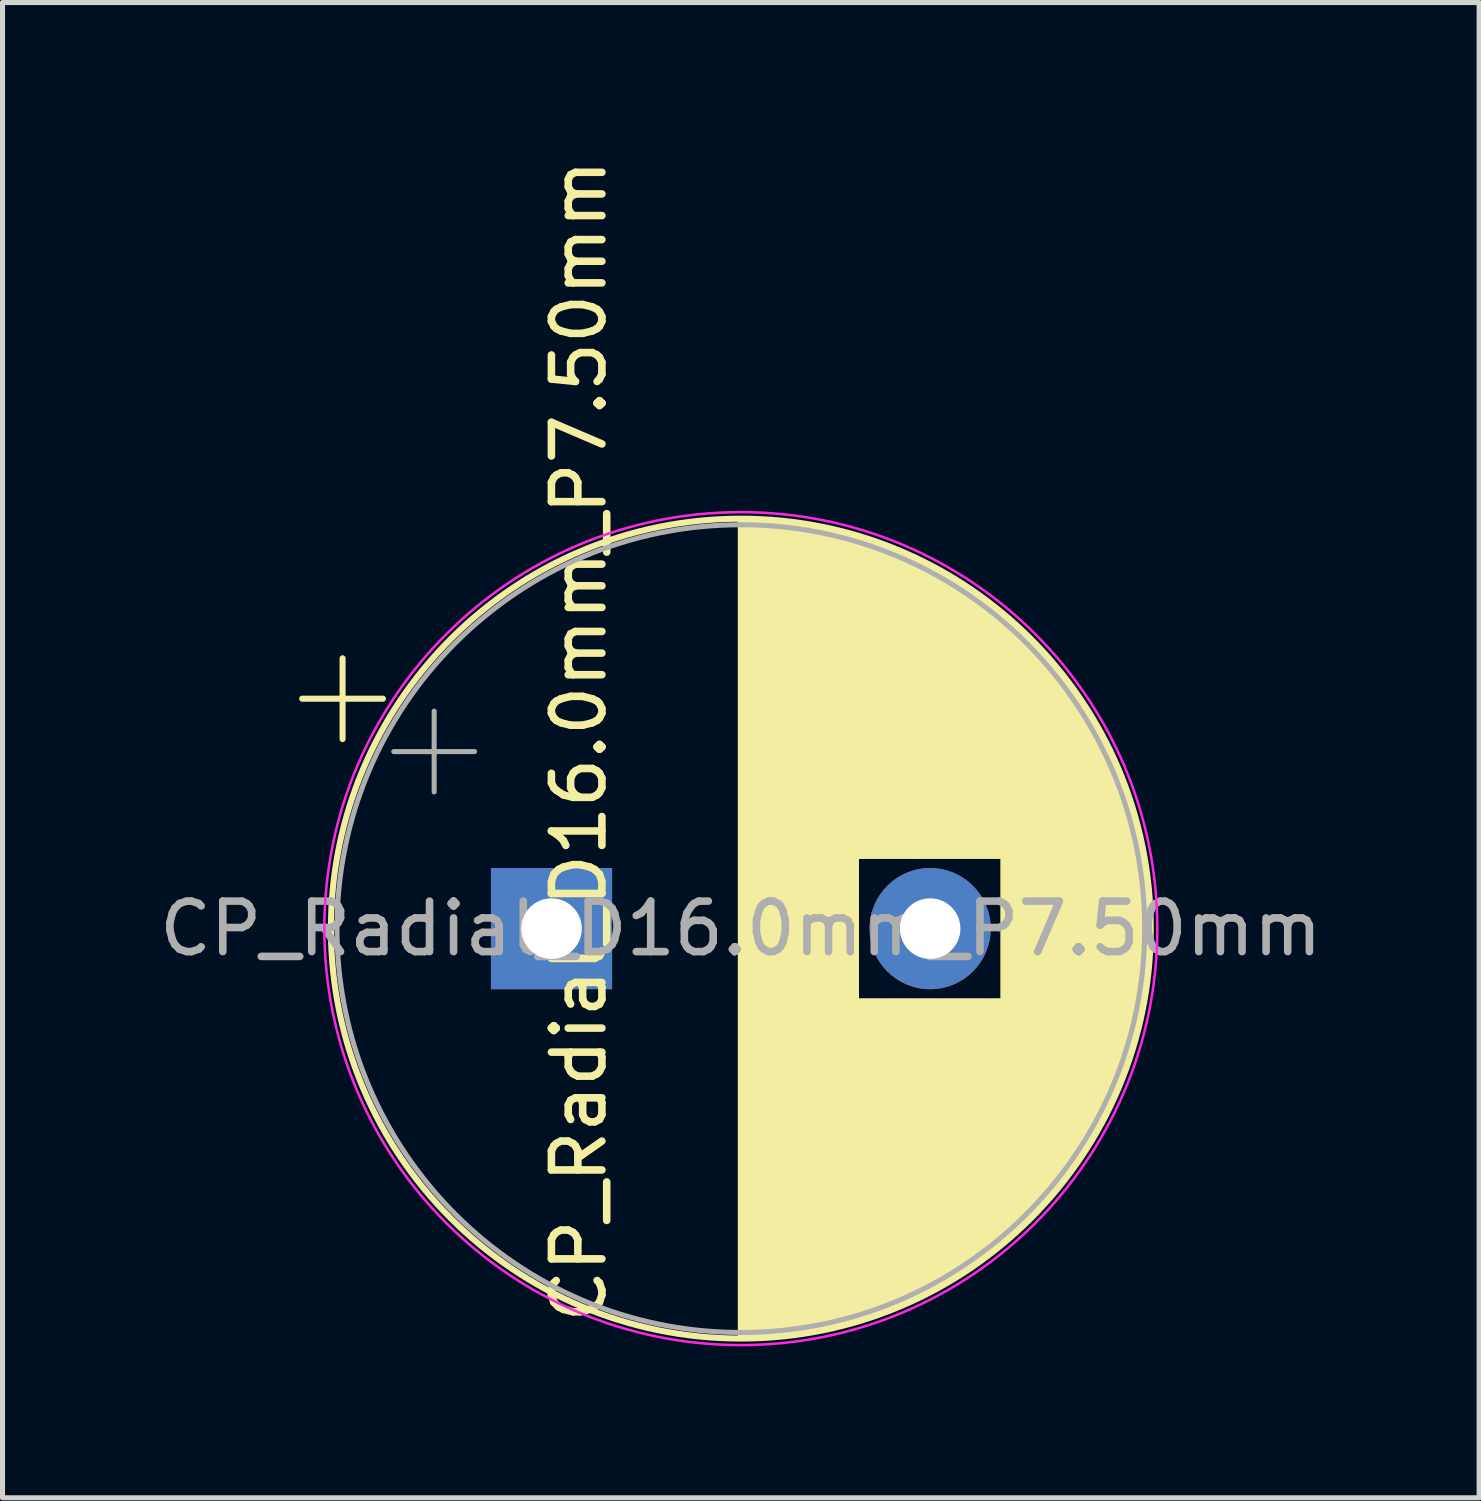
<source format=kicad_pcb>
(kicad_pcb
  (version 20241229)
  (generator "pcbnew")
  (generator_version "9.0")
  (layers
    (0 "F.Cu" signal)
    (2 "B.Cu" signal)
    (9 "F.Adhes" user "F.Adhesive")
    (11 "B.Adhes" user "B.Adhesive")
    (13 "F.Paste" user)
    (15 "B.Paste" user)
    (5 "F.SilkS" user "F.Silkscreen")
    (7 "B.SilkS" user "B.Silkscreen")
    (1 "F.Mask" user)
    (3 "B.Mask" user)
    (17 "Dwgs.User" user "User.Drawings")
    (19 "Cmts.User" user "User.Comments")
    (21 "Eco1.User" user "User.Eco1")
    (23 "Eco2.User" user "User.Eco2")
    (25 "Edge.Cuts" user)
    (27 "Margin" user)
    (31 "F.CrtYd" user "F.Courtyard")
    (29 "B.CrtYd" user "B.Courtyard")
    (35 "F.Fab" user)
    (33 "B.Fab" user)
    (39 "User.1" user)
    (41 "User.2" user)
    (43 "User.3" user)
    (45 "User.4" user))
  (footprint "CP_Radial_D16.0mm_P7.50mm"
    (layer "F.Cu")
    (at 7.875 15.345)
    (property "Reference" "CP_Radial_D16.0mm_P7.50mm" (at 0.543 -3.72 90) (layer "F.SilkS") (effects (font (size 1 1) (thickness 0.15))))
    (attr through_hole)
    (fp_line (start -4.939 -4.555) (end -3.339 -4.555) (stroke (width 0.12) (type solid)) (layer "F.SilkS"))
    (fp_line (start -4.139 -5.355) (end -4.139 -3.755) (stroke (width 0.12) (type solid)) (layer "F.SilkS"))
    (fp_line (start 3.75 -8.081) (end 3.75 8.081) (stroke (width 0.12) (type solid)) (layer "F.SilkS"))
    (fp_line (start 3.79 -8.08) (end 3.79 8.08) (stroke (width 0.12) (type solid)) (layer "F.SilkS"))
    (fp_line (start 3.83 -8.08) (end 3.83 8.08) (stroke (width 0.12) (type solid)) (layer "F.SilkS"))
    (fp_line (start 3.87 -8.08) (end 3.87 8.08) (stroke (width 0.12) (type solid)) (layer "F.SilkS"))
    (fp_line (start 3.91 -8.079) (end 3.91 8.079) (stroke (width 0.12) (type solid)) (layer "F.SilkS"))
    (fp_line (start 3.95 -8.078) (end 3.95 8.078) (stroke (width 0.12) (type solid)) (layer "F.SilkS"))
    (fp_line (start 3.99 -8.077) (end 3.99 8.077) (stroke (width 0.12) (type solid)) (layer "F.SilkS"))
    (fp_line (start 4.03 -8.076) (end 4.03 8.076) (stroke (width 0.12) (type solid)) (layer "F.SilkS"))
    (fp_line (start 4.07 -8.074) (end 4.07 8.074) (stroke (width 0.12) (type solid)) (layer "F.SilkS"))
    (fp_line (start 4.11 -8.073) (end 4.11 8.073) (stroke (width 0.12) (type solid)) (layer "F.SilkS"))
    (fp_line (start 4.15 -8.071) (end 4.15 8.071) (stroke (width 0.12) (type solid)) (layer "F.SilkS"))
    (fp_line (start 4.19 -8.069) (end 4.19 8.069) (stroke (width 0.12) (type solid)) (layer "F.SilkS"))
    (fp_line (start 4.23 -8.066) (end 4.23 8.066) (stroke (width 0.12) (type solid)) (layer "F.SilkS"))
    (fp_line (start 4.27 -8.064) (end 4.27 8.064) (stroke (width 0.12) (type solid)) (layer "F.SilkS"))
    (fp_line (start 4.31 -8.061) (end 4.31 8.061) (stroke (width 0.12) (type solid)) (layer "F.SilkS"))
    (fp_line (start 4.35 -8.058) (end 4.35 8.058) (stroke (width 0.12) (type solid)) (layer "F.SilkS"))
    (fp_line (start 4.39 -8.055) (end 4.39 8.055) (stroke (width 0.12) (type solid)) (layer "F.SilkS"))
    (fp_line (start 4.43 -8.052) (end 4.43 8.052) (stroke (width 0.12) (type solid)) (layer "F.SilkS"))
    (fp_line (start 4.471 -8.049) (end 4.471 8.049) (stroke (width 0.12) (type solid)) (layer "F.SilkS"))
    (fp_line (start 4.511 -8.045) (end 4.511 8.045) (stroke (width 0.12) (type solid)) (layer "F.SilkS"))
    (fp_line (start 4.551 -8.041) (end 4.551 8.041) (stroke (width 0.12) (type solid)) (layer "F.SilkS"))
    (fp_line (start 4.591 -8.037) (end 4.591 8.037) (stroke (width 0.12) (type solid)) (layer "F.SilkS"))
    (fp_line (start 4.631 -8.033) (end 4.631 8.033) (stroke (width 0.12) (type solid)) (layer "F.SilkS"))
    (fp_line (start 4.671 -8.028) (end 4.671 8.028) (stroke (width 0.12) (type solid)) (layer "F.SilkS"))
    (fp_line (start 4.711 -8.024) (end 4.711 8.024) (stroke (width 0.12) (type solid)) (layer "F.SilkS"))
    (fp_line (start 4.751 -8.019) (end 4.751 8.019) (stroke (width 0.12) (type solid)) (layer "F.SilkS"))
    (fp_line (start 4.791 -8.014) (end 4.791 8.014) (stroke (width 0.12) (type solid)) (layer "F.SilkS"))
    (fp_line (start 4.831 -8.008) (end 4.831 8.008) (stroke (width 0.12) (type solid)) (layer "F.SilkS"))
    (fp_line (start 4.871 -8.003) (end 4.871 8.003) (stroke (width 0.12) (type solid)) (layer "F.SilkS"))
    (fp_line (start 4.911 -7.997) (end 4.911 7.997) (stroke (width 0.12) (type solid)) (layer "F.SilkS"))
    (fp_line (start 4.951 -7.991) (end 4.951 7.991) (stroke (width 0.12) (type solid)) (layer "F.SilkS"))
    (fp_line (start 4.991 -7.985) (end 4.991 7.985) (stroke (width 0.12) (type solid)) (layer "F.SilkS"))
    (fp_line (start 5.031 -7.979) (end 5.031 7.979) (stroke (width 0.12) (type solid)) (layer "F.SilkS"))
    (fp_line (start 5.071 -7.972) (end 5.071 7.972) (stroke (width 0.12) (type solid)) (layer "F.SilkS"))
    (fp_line (start 5.111 -7.966) (end 5.111 7.966) (stroke (width 0.12) (type solid)) (layer "F.SilkS"))
    (fp_line (start 5.151 -7.959) (end 5.151 7.959) (stroke (width 0.12) (type solid)) (layer "F.SilkS"))
    (fp_line (start 5.191 -7.952) (end 5.191 7.952) (stroke (width 0.12) (type solid)) (layer "F.SilkS"))
    (fp_line (start 5.231 -7.944) (end 5.231 7.944) (stroke (width 0.12) (type solid)) (layer "F.SilkS"))
    (fp_line (start 5.271 -7.937) (end 5.271 7.937) (stroke (width 0.12) (type solid)) (layer "F.SilkS"))
    (fp_line (start 5.311 -7.929) (end 5.311 7.929) (stroke (width 0.12) (type solid)) (layer "F.SilkS"))
    (fp_line (start 5.351 -7.921) (end 5.351 7.921) (stroke (width 0.12) (type solid)) (layer "F.SilkS"))
    (fp_line (start 5.391 -7.913) (end 5.391 7.913) (stroke (width 0.12) (type solid)) (layer "F.SilkS"))
    (fp_line (start 5.431 -7.905) (end 5.431 7.905) (stroke (width 0.12) (type solid)) (layer "F.SilkS"))
    (fp_line (start 5.471 -7.896) (end 5.471 7.896) (stroke (width 0.12) (type solid)) (layer "F.SilkS"))
    (fp_line (start 5.511 -7.887) (end 5.511 7.887) (stroke (width 0.12) (type solid)) (layer "F.SilkS"))
    (fp_line (start 5.551 -7.878) (end 5.551 7.878) (stroke (width 0.12) (type solid)) (layer "F.SilkS"))
    (fp_line (start 5.591 -7.869) (end 5.591 7.869) (stroke (width 0.12) (type solid)) (layer "F.SilkS"))
    (fp_line (start 5.631 -7.86) (end 5.631 7.86) (stroke (width 0.12) (type solid)) (layer "F.SilkS"))
    (fp_line (start 5.671 -7.85) (end 5.671 7.85) (stroke (width 0.12) (type solid)) (layer "F.SilkS"))
    (fp_line (start 5.711 -7.84) (end 5.711 7.84) (stroke (width 0.12) (type solid)) (layer "F.SilkS"))
    (fp_line (start 5.751 -7.83) (end 5.751 7.83) (stroke (width 0.12) (type solid)) (layer "F.SilkS"))
    (fp_line (start 5.791 -7.82) (end 5.791 7.82) (stroke (width 0.12) (type solid)) (layer "F.SilkS"))
    (fp_line (start 5.831 -7.81) (end 5.831 7.81) (stroke (width 0.12) (type solid)) (layer "F.SilkS"))
    (fp_line (start 5.871 -7.799) (end 5.871 7.799) (stroke (width 0.12) (type solid)) (layer "F.SilkS"))
    (fp_line (start 5.911 -7.788) (end 5.911 7.788) (stroke (width 0.12) (type solid)) (layer "F.SilkS"))
    (fp_line (start 5.951 -7.777) (end 5.951 7.777) (stroke (width 0.12) (type solid)) (layer "F.SilkS"))
    (fp_line (start 5.991 -7.765) (end 5.991 7.765) (stroke (width 0.12) (type solid)) (layer "F.SilkS"))
    (fp_line (start 6.031 -7.754) (end 6.031 7.754) (stroke (width 0.12) (type solid)) (layer "F.SilkS"))
    (fp_line (start 6.071 -7.742) (end 6.071 -1.44) (stroke (width 0.12) (type solid)) (layer "F.SilkS"))
    (fp_line (start 6.071 1.44) (end 6.071 7.742) (stroke (width 0.12) (type solid)) (layer "F.SilkS"))
    (fp_line (start 6.111 -7.73) (end 6.111 -1.44) (stroke (width 0.12) (type solid)) (layer "F.SilkS"))
    (fp_line (start 6.111 1.44) (end 6.111 7.73) (stroke (width 0.12) (type solid)) (layer "F.SilkS"))
    (fp_line (start 6.151 -7.718) (end 6.151 -1.44) (stroke (width 0.12) (type solid)) (layer "F.SilkS"))
    (fp_line (start 6.151 1.44) (end 6.151 7.718) (stroke (width 0.12) (type solid)) (layer "F.SilkS"))
    (fp_line (start 6.191 -7.705) (end 6.191 -1.44) (stroke (width 0.12) (type solid)) (layer "F.SilkS"))
    (fp_line (start 6.191 1.44) (end 6.191 7.705) (stroke (width 0.12) (type solid)) (layer "F.SilkS"))
    (fp_line (start 6.231 -7.693) (end 6.231 -1.44) (stroke (width 0.12) (type solid)) (layer "F.SilkS"))
    (fp_line (start 6.231 1.44) (end 6.231 7.693) (stroke (width 0.12) (type solid)) (layer "F.SilkS"))
    (fp_line (start 6.271 -7.68) (end 6.271 -1.44) (stroke (width 0.12) (type solid)) (layer "F.SilkS"))
    (fp_line (start 6.271 1.44) (end 6.271 7.68) (stroke (width 0.12) (type solid)) (layer "F.SilkS"))
    (fp_line (start 6.311 -7.666) (end 6.311 -1.44) (stroke (width 0.12) (type solid)) (layer "F.SilkS"))
    (fp_line (start 6.311 1.44) (end 6.311 7.666) (stroke (width 0.12) (type solid)) (layer "F.SilkS"))
    (fp_line (start 6.351 -7.653) (end 6.351 -1.44) (stroke (width 0.12) (type solid)) (layer "F.SilkS"))
    (fp_line (start 6.351 1.44) (end 6.351 7.653) (stroke (width 0.12) (type solid)) (layer "F.SilkS"))
    (fp_line (start 6.391 -7.639) (end 6.391 -1.44) (stroke (width 0.12) (type solid)) (layer "F.SilkS"))
    (fp_line (start 6.391 1.44) (end 6.391 7.639) (stroke (width 0.12) (type solid)) (layer "F.SilkS"))
    (fp_line (start 6.431 -7.625) (end 6.431 -1.44) (stroke (width 0.12) (type solid)) (layer "F.SilkS"))
    (fp_line (start 6.431 1.44) (end 6.431 7.625) (stroke (width 0.12) (type solid)) (layer "F.SilkS"))
    (fp_line (start 6.471 -7.611) (end 6.471 -1.44) (stroke (width 0.12) (type solid)) (layer "F.SilkS"))
    (fp_line (start 6.471 1.44) (end 6.471 7.611) (stroke (width 0.12) (type solid)) (layer "F.SilkS"))
    (fp_line (start 6.511 -7.597) (end 6.511 -1.44) (stroke (width 0.12) (type solid)) (layer "F.SilkS"))
    (fp_line (start 6.511 1.44) (end 6.511 7.597) (stroke (width 0.12) (type solid)) (layer "F.SilkS"))
    (fp_line (start 6.551 -7.582) (end 6.551 -1.44) (stroke (width 0.12) (type solid)) (layer "F.SilkS"))
    (fp_line (start 6.551 1.44) (end 6.551 7.582) (stroke (width 0.12) (type solid)) (layer "F.SilkS"))
    (fp_line (start 6.591 -7.568) (end 6.591 -1.44) (stroke (width 0.12) (type solid)) (layer "F.SilkS"))
    (fp_line (start 6.591 1.44) (end 6.591 7.568) (stroke (width 0.12) (type solid)) (layer "F.SilkS"))
    (fp_line (start 6.631 -7.553) (end 6.631 -1.44) (stroke (width 0.12) (type solid)) (layer "F.SilkS"))
    (fp_line (start 6.631 1.44) (end 6.631 7.553) (stroke (width 0.12) (type solid)) (layer "F.SilkS"))
    (fp_line (start 6.671 -7.537) (end 6.671 -1.44) (stroke (width 0.12) (type solid)) (layer "F.SilkS"))
    (fp_line (start 6.671 1.44) (end 6.671 7.537) (stroke (width 0.12) (type solid)) (layer "F.SilkS"))
    (fp_line (start 6.711 -7.522) (end 6.711 -1.44) (stroke (width 0.12) (type solid)) (layer "F.SilkS"))
    (fp_line (start 6.711 1.44) (end 6.711 7.522) (stroke (width 0.12) (type solid)) (layer "F.SilkS"))
    (fp_line (start 6.751 -7.506) (end 6.751 -1.44) (stroke (width 0.12) (type solid)) (layer "F.SilkS"))
    (fp_line (start 6.751 1.44) (end 6.751 7.506) (stroke (width 0.12) (type solid)) (layer "F.SilkS"))
    (fp_line (start 6.791 -7.49) (end 6.791 -1.44) (stroke (width 0.12) (type solid)) (layer "F.SilkS"))
    (fp_line (start 6.791 1.44) (end 6.791 7.49) (stroke (width 0.12) (type solid)) (layer "F.SilkS"))
    (fp_line (start 6.831 -7.474) (end 6.831 -1.44) (stroke (width 0.12) (type solid)) (layer "F.SilkS"))
    (fp_line (start 6.831 1.44) (end 6.831 7.474) (stroke (width 0.12) (type solid)) (layer "F.SilkS"))
    (fp_line (start 6.871 -7.457) (end 6.871 -1.44) (stroke (width 0.12) (type solid)) (layer "F.SilkS"))
    (fp_line (start 6.871 1.44) (end 6.871 7.457) (stroke (width 0.12) (type solid)) (layer "F.SilkS"))
    (fp_line (start 6.911 -7.44) (end 6.911 -1.44) (stroke (width 0.12) (type solid)) (layer "F.SilkS"))
    (fp_line (start 6.911 1.44) (end 6.911 7.44) (stroke (width 0.12) (type solid)) (layer "F.SilkS"))
    (fp_line (start 6.951 -7.423) (end 6.951 -1.44) (stroke (width 0.12) (type solid)) (layer "F.SilkS"))
    (fp_line (start 6.951 1.44) (end 6.951 7.423) (stroke (width 0.12) (type solid)) (layer "F.SilkS"))
    (fp_line (start 6.991 -7.406) (end 6.991 -1.44) (stroke (width 0.12) (type solid)) (layer "F.SilkS"))
    (fp_line (start 6.991 1.44) (end 6.991 7.406) (stroke (width 0.12) (type solid)) (layer "F.SilkS"))
    (fp_line (start 7.031 -7.389) (end 7.031 -1.44) (stroke (width 0.12) (type solid)) (layer "F.SilkS"))
    (fp_line (start 7.031 1.44) (end 7.031 7.389) (stroke (width 0.12) (type solid)) (layer "F.SilkS"))
    (fp_line (start 7.071 -7.371) (end 7.071 -1.44) (stroke (width 0.12) (type solid)) (layer "F.SilkS"))
    (fp_line (start 7.071 1.44) (end 7.071 7.371) (stroke (width 0.12) (type solid)) (layer "F.SilkS"))
    (fp_line (start 7.111 -7.353) (end 7.111 -1.44) (stroke (width 0.12) (type solid)) (layer "F.SilkS"))
    (fp_line (start 7.111 1.44) (end 7.111 7.353) (stroke (width 0.12) (type solid)) (layer "F.SilkS"))
    (fp_line (start 7.151 -7.334) (end 7.151 -1.44) (stroke (width 0.12) (type solid)) (layer "F.SilkS"))
    (fp_line (start 7.151 1.44) (end 7.151 7.334) (stroke (width 0.12) (type solid)) (layer "F.SilkS"))
    (fp_line (start 7.191 -7.316) (end 7.191 -1.44) (stroke (width 0.12) (type solid)) (layer "F.SilkS"))
    (fp_line (start 7.191 1.44) (end 7.191 7.316) (stroke (width 0.12) (type solid)) (layer "F.SilkS"))
    (fp_line (start 7.231 -7.297) (end 7.231 -1.44) (stroke (width 0.12) (type solid)) (layer "F.SilkS"))
    (fp_line (start 7.231 1.44) (end 7.231 7.297) (stroke (width 0.12) (type solid)) (layer "F.SilkS"))
    (fp_line (start 7.271 -7.278) (end 7.271 -1.44) (stroke (width 0.12) (type solid)) (layer "F.SilkS"))
    (fp_line (start 7.271 1.44) (end 7.271 7.278) (stroke (width 0.12) (type solid)) (layer "F.SilkS"))
    (fp_line (start 7.311 -7.258) (end 7.311 -1.44) (stroke (width 0.12) (type solid)) (layer "F.SilkS"))
    (fp_line (start 7.311 1.44) (end 7.311 7.258) (stroke (width 0.12) (type solid)) (layer "F.SilkS"))
    (fp_line (start 7.351 -7.239) (end 7.351 -1.44) (stroke (width 0.12) (type solid)) (layer "F.SilkS"))
    (fp_line (start 7.351 1.44) (end 7.351 7.239) (stroke (width 0.12) (type solid)) (layer "F.SilkS"))
    (fp_line (start 7.391 -7.219) (end 7.391 -1.44) (stroke (width 0.12) (type solid)) (layer "F.SilkS"))
    (fp_line (start 7.391 1.44) (end 7.391 7.219) (stroke (width 0.12) (type solid)) (layer "F.SilkS"))
    (fp_line (start 7.431 -7.199) (end 7.431 -1.44) (stroke (width 0.12) (type solid)) (layer "F.SilkS"))
    (fp_line (start 7.431 1.44) (end 7.431 7.199) (stroke (width 0.12) (type solid)) (layer "F.SilkS"))
    (fp_line (start 7.471 -7.178) (end 7.471 -1.44) (stroke (width 0.12) (type solid)) (layer "F.SilkS"))
    (fp_line (start 7.471 1.44) (end 7.471 7.178) (stroke (width 0.12) (type solid)) (layer "F.SilkS"))
    (fp_line (start 7.511 -7.157) (end 7.511 -1.44) (stroke (width 0.12) (type solid)) (layer "F.SilkS"))
    (fp_line (start 7.511 1.44) (end 7.511 7.157) (stroke (width 0.12) (type solid)) (layer "F.SilkS"))
    (fp_line (start 7.551 -7.136) (end 7.551 -1.44) (stroke (width 0.12) (type solid)) (layer "F.SilkS"))
    (fp_line (start 7.551 1.44) (end 7.551 7.136) (stroke (width 0.12) (type solid)) (layer "F.SilkS"))
    (fp_line (start 7.591 -7.115) (end 7.591 -1.44) (stroke (width 0.12) (type solid)) (layer "F.SilkS"))
    (fp_line (start 7.591 1.44) (end 7.591 7.115) (stroke (width 0.12) (type solid)) (layer "F.SilkS"))
    (fp_line (start 7.631 -7.094) (end 7.631 -1.44) (stroke (width 0.12) (type solid)) (layer "F.SilkS"))
    (fp_line (start 7.631 1.44) (end 7.631 7.094) (stroke (width 0.12) (type solid)) (layer "F.SilkS"))
    (fp_line (start 7.671 -7.072) (end 7.671 -1.44) (stroke (width 0.12) (type solid)) (layer "F.SilkS"))
    (fp_line (start 7.671 1.44) (end 7.671 7.072) (stroke (width 0.12) (type solid)) (layer "F.SilkS"))
    (fp_line (start 7.711 -7.049) (end 7.711 -1.44) (stroke (width 0.12) (type solid)) (layer "F.SilkS"))
    (fp_line (start 7.711 1.44) (end 7.711 7.049) (stroke (width 0.12) (type solid)) (layer "F.SilkS"))
    (fp_line (start 7.751 -7.027) (end 7.751 -1.44) (stroke (width 0.12) (type solid)) (layer "F.SilkS"))
    (fp_line (start 7.751 1.44) (end 7.751 7.027) (stroke (width 0.12) (type solid)) (layer "F.SilkS"))
    (fp_line (start 7.791 -7.004) (end 7.791 -1.44) (stroke (width 0.12) (type solid)) (layer "F.SilkS"))
    (fp_line (start 7.791 1.44) (end 7.791 7.004) (stroke (width 0.12) (type solid)) (layer "F.SilkS"))
    (fp_line (start 7.831 -6.981) (end 7.831 -1.44) (stroke (width 0.12) (type solid)) (layer "F.SilkS"))
    (fp_line (start 7.831 1.44) (end 7.831 6.981) (stroke (width 0.12) (type solid)) (layer "F.SilkS"))
    (fp_line (start 7.871 -6.958) (end 7.871 -1.44) (stroke (width 0.12) (type solid)) (layer "F.SilkS"))
    (fp_line (start 7.871 1.44) (end 7.871 6.958) (stroke (width 0.12) (type solid)) (layer "F.SilkS"))
    (fp_line (start 7.911 -6.934) (end 7.911 -1.44) (stroke (width 0.12) (type solid)) (layer "F.SilkS"))
    (fp_line (start 7.911 1.44) (end 7.911 6.934) (stroke (width 0.12) (type solid)) (layer "F.SilkS"))
    (fp_line (start 7.951 -6.91) (end 7.951 -1.44) (stroke (width 0.12) (type solid)) (layer "F.SilkS"))
    (fp_line (start 7.951 1.44) (end 7.951 6.91) (stroke (width 0.12) (type solid)) (layer "F.SilkS"))
    (fp_line (start 7.991 -6.886) (end 7.991 -1.44) (stroke (width 0.12) (type solid)) (layer "F.SilkS"))
    (fp_line (start 7.991 1.44) (end 7.991 6.886) (stroke (width 0.12) (type solid)) (layer "F.SilkS"))
    (fp_line (start 8.031 -6.861) (end 8.031 -1.44) (stroke (width 0.12) (type solid)) (layer "F.SilkS"))
    (fp_line (start 8.031 1.44) (end 8.031 6.861) (stroke (width 0.12) (type solid)) (layer "F.SilkS"))
    (fp_line (start 8.071 -6.836) (end 8.071 -1.44) (stroke (width 0.12) (type solid)) (layer "F.SilkS"))
    (fp_line (start 8.071 1.44) (end 8.071 6.836) (stroke (width 0.12) (type solid)) (layer "F.SilkS"))
    (fp_line (start 8.111 -6.811) (end 8.111 -1.44) (stroke (width 0.12) (type solid)) (layer "F.SilkS"))
    (fp_line (start 8.111 1.44) (end 8.111 6.811) (stroke (width 0.12) (type solid)) (layer "F.SilkS"))
    (fp_line (start 8.151 -6.785) (end 8.151 -1.44) (stroke (width 0.12) (type solid)) (layer "F.SilkS"))
    (fp_line (start 8.151 1.44) (end 8.151 6.785) (stroke (width 0.12) (type solid)) (layer "F.SilkS"))
    (fp_line (start 8.191 -6.759) (end 8.191 -1.44) (stroke (width 0.12) (type solid)) (layer "F.SilkS"))
    (fp_line (start 8.191 1.44) (end 8.191 6.759) (stroke (width 0.12) (type solid)) (layer "F.SilkS"))
    (fp_line (start 8.231 -6.733) (end 8.231 -1.44) (stroke (width 0.12) (type solid)) (layer "F.SilkS"))
    (fp_line (start 8.231 1.44) (end 8.231 6.733) (stroke (width 0.12) (type solid)) (layer "F.SilkS"))
    (fp_line (start 8.271 -6.706) (end 8.271 -1.44) (stroke (width 0.12) (type solid)) (layer "F.SilkS"))
    (fp_line (start 8.271 1.44) (end 8.271 6.706) (stroke (width 0.12) (type solid)) (layer "F.SilkS"))
    (fp_line (start 8.311 -6.679) (end 8.311 -1.44) (stroke (width 0.12) (type solid)) (layer "F.SilkS"))
    (fp_line (start 8.311 1.44) (end 8.311 6.679) (stroke (width 0.12) (type solid)) (layer "F.SilkS"))
    (fp_line (start 8.351 -6.652) (end 8.351 -1.44) (stroke (width 0.12) (type solid)) (layer "F.SilkS"))
    (fp_line (start 8.351 1.44) (end 8.351 6.652) (stroke (width 0.12) (type solid)) (layer "F.SilkS"))
    (fp_line (start 8.391 -6.624) (end 8.391 -1.44) (stroke (width 0.12) (type solid)) (layer "F.SilkS"))
    (fp_line (start 8.391 1.44) (end 8.391 6.624) (stroke (width 0.12) (type solid)) (layer "F.SilkS"))
    (fp_line (start 8.431 -6.596) (end 8.431 -1.44) (stroke (width 0.12) (type solid)) (layer "F.SilkS"))
    (fp_line (start 8.431 1.44) (end 8.431 6.596) (stroke (width 0.12) (type solid)) (layer "F.SilkS"))
    (fp_line (start 8.471 -6.568) (end 8.471 -1.44) (stroke (width 0.12) (type solid)) (layer "F.SilkS"))
    (fp_line (start 8.471 1.44) (end 8.471 6.568) (stroke (width 0.12) (type solid)) (layer "F.SilkS"))
    (fp_line (start 8.511 -6.539) (end 8.511 -1.44) (stroke (width 0.12) (type solid)) (layer "F.SilkS"))
    (fp_line (start 8.511 1.44) (end 8.511 6.539) (stroke (width 0.12) (type solid)) (layer "F.SilkS"))
    (fp_line (start 8.551 -6.51) (end 8.551 -1.44) (stroke (width 0.12) (type solid)) (layer "F.SilkS"))
    (fp_line (start 8.551 1.44) (end 8.551 6.51) (stroke (width 0.12) (type solid)) (layer "F.SilkS"))
    (fp_line (start 8.591 -6.48) (end 8.591 -1.44) (stroke (width 0.12) (type solid)) (layer "F.SilkS"))
    (fp_line (start 8.591 1.44) (end 8.591 6.48) (stroke (width 0.12) (type solid)) (layer "F.SilkS"))
    (fp_line (start 8.631 -6.45) (end 8.631 -1.44) (stroke (width 0.12) (type solid)) (layer "F.SilkS"))
    (fp_line (start 8.631 1.44) (end 8.631 6.45) (stroke (width 0.12) (type solid)) (layer "F.SilkS"))
    (fp_line (start 8.671 -6.42) (end 8.671 -1.44) (stroke (width 0.12) (type solid)) (layer "F.SilkS"))
    (fp_line (start 8.671 1.44) (end 8.671 6.42) (stroke (width 0.12) (type solid)) (layer "F.SilkS"))
    (fp_line (start 8.711 -6.39) (end 8.711 -1.44) (stroke (width 0.12) (type solid)) (layer "F.SilkS"))
    (fp_line (start 8.711 1.44) (end 8.711 6.39) (stroke (width 0.12) (type solid)) (layer "F.SilkS"))
    (fp_line (start 8.751 -6.358) (end 8.751 -1.44) (stroke (width 0.12) (type solid)) (layer "F.SilkS"))
    (fp_line (start 8.751 1.44) (end 8.751 6.358) (stroke (width 0.12) (type solid)) (layer "F.SilkS"))
    (fp_line (start 8.791 -6.327) (end 8.791 -1.44) (stroke (width 0.12) (type solid)) (layer "F.SilkS"))
    (fp_line (start 8.791 1.44) (end 8.791 6.327) (stroke (width 0.12) (type solid)) (layer "F.SilkS"))
    (fp_line (start 8.831 -6.295) (end 8.831 -1.44) (stroke (width 0.12) (type solid)) (layer "F.SilkS"))
    (fp_line (start 8.831 1.44) (end 8.831 6.295) (stroke (width 0.12) (type solid)) (layer "F.SilkS"))
    (fp_line (start 8.871 -6.263) (end 8.871 -1.44) (stroke (width 0.12) (type solid)) (layer "F.SilkS"))
    (fp_line (start 8.871 1.44) (end 8.871 6.263) (stroke (width 0.12) (type solid)) (layer "F.SilkS"))
    (fp_line (start 8.911 -6.23) (end 8.911 -1.44) (stroke (width 0.12) (type solid)) (layer "F.SilkS"))
    (fp_line (start 8.911 1.44) (end 8.911 6.23) (stroke (width 0.12) (type solid)) (layer "F.SilkS"))
    (fp_line (start 8.951 -6.197) (end 8.951 6.197) (stroke (width 0.12) (type solid)) (layer "F.SilkS"))
    (fp_line (start 8.991 -6.163) (end 8.991 6.163) (stroke (width 0.12) (type solid)) (layer "F.SilkS"))
    (fp_line (start 9.031 -6.129) (end 9.031 6.129) (stroke (width 0.12) (type solid)) (layer "F.SilkS"))
    (fp_line (start 9.071 -6.095) (end 9.071 6.095) (stroke (width 0.12) (type solid)) (layer "F.SilkS"))
    (fp_line (start 9.111 -6.06) (end 9.111 6.06) (stroke (width 0.12) (type solid)) (layer "F.SilkS"))
    (fp_line (start 9.151 -6.025) (end 9.151 6.025) (stroke (width 0.12) (type solid)) (layer "F.SilkS"))
    (fp_line (start 9.191 -5.989) (end 9.191 5.989) (stroke (width 0.12) (type solid)) (layer "F.SilkS"))
    (fp_line (start 9.231 -5.952) (end 9.231 5.952) (stroke (width 0.12) (type solid)) (layer "F.SilkS"))
    (fp_line (start 9.271 -5.916) (end 9.271 5.916) (stroke (width 0.12) (type solid)) (layer "F.SilkS"))
    (fp_line (start 9.311 -5.878) (end 9.311 5.878) (stroke (width 0.12) (type solid)) (layer "F.SilkS"))
    (fp_line (start 9.351 -5.84) (end 9.351 5.84) (stroke (width 0.12) (type solid)) (layer "F.SilkS"))
    (fp_line (start 9.391 -5.802) (end 9.391 5.802) (stroke (width 0.12) (type solid)) (layer "F.SilkS"))
    (fp_line (start 9.431 -5.763) (end 9.431 5.763) (stroke (width 0.12) (type solid)) (layer "F.SilkS"))
    (fp_line (start 9.471 -5.724) (end 9.471 5.724) (stroke (width 0.12) (type solid)) (layer "F.SilkS"))
    (fp_line (start 9.511 -5.684) (end 9.511 5.684) (stroke (width 0.12) (type solid)) (layer "F.SilkS"))
    (fp_line (start 9.551 -5.643) (end 9.551 5.643) (stroke (width 0.12) (type solid)) (layer "F.SilkS"))
    (fp_line (start 9.591 -5.602) (end 9.591 5.602) (stroke (width 0.12) (type solid)) (layer "F.SilkS"))
    (fp_line (start 9.631 -5.56) (end 9.631 5.56) (stroke (width 0.12) (type solid)) (layer "F.SilkS"))
    (fp_line (start 9.671 -5.518) (end 9.671 5.518) (stroke (width 0.12) (type solid)) (layer "F.SilkS"))
    (fp_line (start 9.711 -5.475) (end 9.711 5.475) (stroke (width 0.12) (type solid)) (layer "F.SilkS"))
    (fp_line (start 9.751 -5.432) (end 9.751 5.432) (stroke (width 0.12) (type solid)) (layer "F.SilkS"))
    (fp_line (start 9.791 -5.388) (end 9.791 5.388) (stroke (width 0.12) (type solid)) (layer "F.SilkS"))
    (fp_line (start 9.831 -5.343) (end 9.831 5.343) (stroke (width 0.12) (type solid)) (layer "F.SilkS"))
    (fp_line (start 9.871 -5.297) (end 9.871 5.297) (stroke (width 0.12) (type solid)) (layer "F.SilkS"))
    (fp_line (start 9.911 -5.251) (end 9.911 5.251) (stroke (width 0.12) (type solid)) (layer "F.SilkS"))
    (fp_line (start 9.951 -5.204) (end 9.951 5.204) (stroke (width 0.12) (type solid)) (layer "F.SilkS"))
    (fp_line (start 9.991 -5.156) (end 9.991 5.156) (stroke (width 0.12) (type solid)) (layer "F.SilkS"))
    (fp_line (start 10.031 -5.108) (end 10.031 5.108) (stroke (width 0.12) (type solid)) (layer "F.SilkS"))
    (fp_line (start 10.071 -5.059) (end 10.071 5.059) (stroke (width 0.12) (type solid)) (layer "F.SilkS"))
    (fp_line (start 10.111 -5.009) (end 10.111 5.009) (stroke (width 0.12) (type solid)) (layer "F.SilkS"))
    (fp_line (start 10.151 -4.958) (end 10.151 4.958) (stroke (width 0.12) (type solid)) (layer "F.SilkS"))
    (fp_line (start 10.191 -4.906) (end 10.191 4.906) (stroke (width 0.12) (type solid)) (layer "F.SilkS"))
    (fp_line (start 10.231 -4.854) (end 10.231 4.854) (stroke (width 0.12) (type solid)) (layer "F.SilkS"))
    (fp_line (start 10.271 -4.8) (end 10.271 4.8) (stroke (width 0.12) (type solid)) (layer "F.SilkS"))
    (fp_line (start 10.311 -4.746) (end 10.311 4.746) (stroke (width 0.12) (type solid)) (layer "F.SilkS"))
    (fp_line (start 10.351 -4.691) (end 10.351 4.691) (stroke (width 0.12) (type solid)) (layer "F.SilkS"))
    (fp_line (start 10.391 -4.634) (end 10.391 4.634) (stroke (width 0.12) (type solid)) (layer "F.SilkS"))
    (fp_line (start 10.431 -4.577) (end 10.431 4.577) (stroke (width 0.12) (type solid)) (layer "F.SilkS"))
    (fp_line (start 10.471 -4.519) (end 10.471 4.519) (stroke (width 0.12) (type solid)) (layer "F.SilkS"))
    (fp_line (start 10.511 -4.459) (end 10.511 4.459) (stroke (width 0.12) (type solid)) (layer "F.SilkS"))
    (fp_line (start 10.551 -4.398) (end 10.551 4.398) (stroke (width 0.12) (type solid)) (layer "F.SilkS"))
    (fp_line (start 10.591 -4.336) (end 10.591 4.336) (stroke (width 0.12) (type solid)) (layer "F.SilkS"))
    (fp_line (start 10.631 -4.273) (end 10.631 4.273) (stroke (width 0.12) (type solid)) (layer "F.SilkS"))
    (fp_line (start 10.671 -4.209) (end 10.671 4.209) (stroke (width 0.12) (type solid)) (layer "F.SilkS"))
    (fp_line (start 10.711 -4.143) (end 10.711 4.143) (stroke (width 0.12) (type solid)) (layer "F.SilkS"))
    (fp_line (start 10.751 -4.076) (end 10.751 4.076) (stroke (width 0.12) (type solid)) (layer "F.SilkS"))
    (fp_line (start 10.791 -4.007) (end 10.791 4.007) (stroke (width 0.12) (type solid)) (layer "F.SilkS"))
    (fp_line (start 10.831 -3.936) (end 10.831 3.936) (stroke (width 0.12) (type solid)) (layer "F.SilkS"))
    (fp_line (start 10.871 -3.864) (end 10.871 3.864) (stroke (width 0.12) (type solid)) (layer "F.SilkS"))
    (fp_line (start 10.911 -3.79) (end 10.911 3.79) (stroke (width 0.12) (type solid)) (layer "F.SilkS"))
    (fp_line (start 10.951 -3.715) (end 10.951 3.715) (stroke (width 0.12) (type solid)) (layer "F.SilkS"))
    (fp_line (start 10.991 -3.637) (end 10.991 3.637) (stroke (width 0.12) (type solid)) (layer "F.SilkS"))
    (fp_line (start 11.031 -3.557) (end 11.031 3.557) (stroke (width 0.12) (type solid)) (layer "F.SilkS"))
    (fp_line (start 11.071 -3.475) (end 11.071 3.475) (stroke (width 0.12) (type solid)) (layer "F.SilkS"))
    (fp_line (start 11.111 -3.39) (end 11.111 3.39) (stroke (width 0.12) (type solid)) (layer "F.SilkS"))
    (fp_line (start 11.151 -3.303) (end 11.151 3.303) (stroke (width 0.12) (type solid)) (layer "F.SilkS"))
    (fp_line (start 11.191 -3.213) (end 11.191 3.213) (stroke (width 0.12) (type solid)) (layer "F.SilkS"))
    (fp_line (start 11.231 -3.12) (end 11.231 3.12) (stroke (width 0.12) (type solid)) (layer "F.SilkS"))
    (fp_line (start 11.271 -3.024) (end 11.271 3.024) (stroke (width 0.12) (type solid)) (layer "F.SilkS"))
    (fp_line (start 11.311 -2.924) (end 11.311 2.924) (stroke (width 0.12) (type solid)) (layer "F.SilkS"))
    (fp_line (start 11.351 -2.82) (end 11.351 2.82) (stroke (width 0.12) (type solid)) (layer "F.SilkS"))
    (fp_line (start 11.391 -2.711) (end 11.391 2.711) (stroke (width 0.12) (type solid)) (layer "F.SilkS"))
    (fp_line (start 11.431 -2.597) (end 11.431 2.597) (stroke (width 0.12) (type solid)) (layer "F.SilkS"))
    (fp_line (start 11.471 -2.478) (end 11.471 2.478) (stroke (width 0.12) (type solid)) (layer "F.SilkS"))
    (fp_line (start 11.511 -2.351) (end 11.511 2.351) (stroke (width 0.12) (type solid)) (layer "F.SilkS"))
    (fp_line (start 11.551 -2.218) (end 11.551 2.218) (stroke (width 0.12) (type solid)) (layer "F.SilkS"))
    (fp_line (start 11.591 -2.074) (end 11.591 2.074) (stroke (width 0.12) (type solid)) (layer "F.SilkS"))
    (fp_line (start 11.631 -1.92) (end 11.631 1.92) (stroke (width 0.12) (type solid)) (layer "F.SilkS"))
    (fp_line (start 11.671 -1.752) (end 11.671 1.752) (stroke (width 0.12) (type solid)) (layer "F.SilkS"))
    (fp_line (start 11.711 -1.564) (end 11.711 1.564) (stroke (width 0.12) (type solid)) (layer "F.SilkS"))
    (fp_line (start 11.751 -1.351) (end 11.751 1.351) (stroke (width 0.12) (type solid)) (layer "F.SilkS"))
    (fp_line (start 11.791 -1.098) (end 11.791 1.098) (stroke (width 0.12) (type solid)) (layer "F.SilkS"))
    (fp_line (start 11.831 -0.765) (end 11.831 0.765) (stroke (width 0.12) (type solid)) (layer "F.SilkS"))
    (fp_circle (center 3.75 0) (end 11.87 0) (stroke (width 0.12) (type solid)) (fill no) (layer "F.SilkS"))
    (fp_circle (center 3.75 0) (end 12 0) (stroke (width 0.05) (type solid)) (fill no) (layer "F.CrtYd"))
    (fp_line (start -3.125 -3.507) (end -1.525 -3.507) (stroke (width 0.1) (type solid)) (layer "F.Fab"))
    (fp_line (start -2.325 -4.308) (end -2.325 -2.708) (stroke (width 0.1) (type solid)) (layer "F.Fab"))
    (fp_circle (center 3.75 0) (end 11.75 0) (stroke (width 0.1) (type solid)) (fill no) (layer "F.Fab"))
    (fp_text user "${REFERENCE}" (at 3.75 0 0) (layer "F.Fab") (effects (font (size 1 1) (thickness 0.15))))
    (pad "1" thru_hole rect (at 0 0) (size 2.4 2.4) (drill 1.2) (layers "*.Cu" "*.Mask"))
    (pad "2" thru_hole circle (at 7.5 0) (size 2.4 2.4) (drill 1.2) (layers "*.Cu" "*.Mask")))
  (gr_rect
    (start -3 -3)
    (end 26.25 26.62)
    (stroke (width 0.1) (type default))
    (fill no)
    (layer "Edge.Cuts")))
</source>
